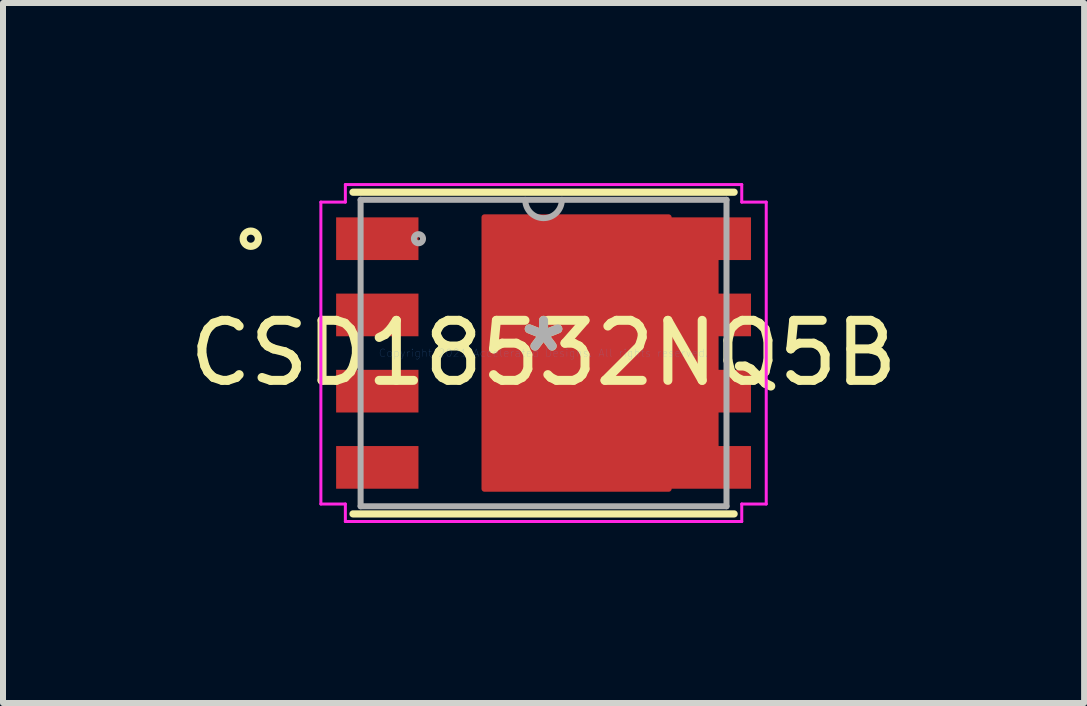
<source format=kicad_pcb>
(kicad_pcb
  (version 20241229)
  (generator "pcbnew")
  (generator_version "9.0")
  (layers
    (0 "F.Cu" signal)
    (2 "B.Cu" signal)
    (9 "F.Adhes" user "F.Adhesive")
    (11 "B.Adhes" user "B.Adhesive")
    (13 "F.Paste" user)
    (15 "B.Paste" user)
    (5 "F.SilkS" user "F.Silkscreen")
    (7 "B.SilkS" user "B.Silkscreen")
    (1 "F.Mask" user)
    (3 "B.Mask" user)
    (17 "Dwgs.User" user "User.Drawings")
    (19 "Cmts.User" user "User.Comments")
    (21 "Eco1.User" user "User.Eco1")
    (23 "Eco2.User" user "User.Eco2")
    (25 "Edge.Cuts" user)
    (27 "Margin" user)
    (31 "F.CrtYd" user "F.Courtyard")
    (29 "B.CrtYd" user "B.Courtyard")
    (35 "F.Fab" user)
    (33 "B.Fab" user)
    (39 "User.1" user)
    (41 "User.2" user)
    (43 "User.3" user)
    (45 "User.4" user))
  (footprint "CSD18532NQ5B"
    (layer "F.Cu")
    (at 6.006 2.832)
    (property "Reference" "CSD18532NQ5B" (at 0 0 0) (layer "F.SilkS") (effects (font (size 1 1) (thickness 0.15))))
    (attr through_hole)
    (fp_poly (pts (xy -0.984 -2.261) (xy 2.084 -2.261) (xy 2.084 -1.549) (xy 2.866 -1.549) (xy 2.866 -0.991) (xy 2.084 -0.991) (xy 2.084 -0.279) (xy 2.866 -0.279) (xy 2.866 0.279) (xy 2.084 0.279) (xy 2.084 0.991) (xy 2.866 0.991) (xy 2.866 1.549) (xy 2.084 1.549) (xy 2.084 2.261) (xy -0.984 2.261)) (stroke (width 0.1) (type solid)) (fill yes) (layer "F.Cu"))
    (fp_poly (pts (xy -0.984 -2.261) (xy 2.084 -2.261) (xy 2.084 -1.549) (xy 2.866 -1.549) (xy 2.866 -0.991) (xy 2.084 -0.991) (xy 2.084 -0.279) (xy 2.866 -0.279) (xy 2.866 0.279) (xy 2.084 0.279) (xy 2.084 0.991) (xy 2.866 0.991) (xy 2.866 1.549) (xy 2.084 1.549) (xy 2.084 2.261) (xy -0.984 2.261)) (stroke (width 0.1) (type solid)) (fill yes) (layer "F.Mask"))
    (fp_line (start -3.175 2.68) (end 3.175 2.68) (stroke (width 0.12) (type solid)) (layer "F.SilkS"))
    (fp_line (start 3.175 -2.68) (end -3.175 -2.68) (stroke (width 0.12) (type solid)) (layer "F.SilkS"))
    (fp_circle (center -4.878 -1.905) (end -4.751 -1.905) (stroke (width 0.12) (type solid)) (fill no) (layer "F.SilkS"))
    (fp_arc (start 0.508 -2.5527) (mid 0 -2.0447) (end -0.508 -2.5527) (stroke (width 0.1) (type solid)) (layer "F.Paste"))
    (fp_circle (center -4.192 -1.905) (end -4.192 -1.905) (stroke (width 0.1) (type solid)) (fill no) (layer "F.Paste"))
    (fp_poly (pts (xy -0.984 -2.261) (xy 2.084 -2.261) (xy 2.084 -1.549) (xy 2.866 -1.549) (xy 2.866 -0.991) (xy 2.084 -0.991) (xy 2.084 -0.279) (xy 2.866 -0.279) (xy 2.866 0.279) (xy 2.084 0.279) (xy 2.084 0.991) (xy 2.866 0.991) (xy 2.866 1.549) (xy 2.084 1.549) (xy 2.084 2.261) (xy -0.984 2.261)) (stroke (width 0.1) (type solid)) (fill yes) (layer "F.Paste"))
    (fp_line (start -3.71 -2.515) (end -3.302 -2.515) (stroke (width 0.05) (type solid)) (layer "F.CrtYd"))
    (fp_line (start -3.71 2.515) (end -3.71 -2.515) (stroke (width 0.05) (type solid)) (layer "F.CrtYd"))
    (fp_line (start -3.302 -2.807) (end 3.302 -2.807) (stroke (width 0.05) (type solid)) (layer "F.CrtYd"))
    (fp_line (start -3.302 -2.515) (end -3.302 -2.807) (stroke (width 0.05) (type solid)) (layer "F.CrtYd"))
    (fp_line (start -3.302 2.515) (end -3.71 2.515) (stroke (width 0.05) (type solid)) (layer "F.CrtYd"))
    (fp_line (start -3.302 2.807) (end -3.302 2.515) (stroke (width 0.05) (type solid)) (layer "F.CrtYd"))
    (fp_line (start 3.302 -2.807) (end 3.302 -2.515) (stroke (width 0.05) (type solid)) (layer "F.CrtYd"))
    (fp_line (start 3.302 -2.515) (end 3.71 -2.515) (stroke (width 0.05) (type solid)) (layer "F.CrtYd"))
    (fp_line (start 3.302 2.515) (end 3.302 2.807) (stroke (width 0.05) (type solid)) (layer "F.CrtYd"))
    (fp_line (start 3.302 2.807) (end -3.302 2.807) (stroke (width 0.05) (type solid)) (layer "F.CrtYd"))
    (fp_line (start 3.71 -2.515) (end 3.71 2.515) (stroke (width 0.05) (type solid)) (layer "F.CrtYd"))
    (fp_line (start 3.71 2.515) (end 3.302 2.515) (stroke (width 0.05) (type solid)) (layer "F.CrtYd"))
    (fp_line (start -3.048 -2.553) (end -3.048 2.553) (stroke (width 0.1) (type solid)) (layer "F.Fab"))
    (fp_line (start -3.048 2.553) (end 3.048 2.553) (stroke (width 0.1) (type solid)) (layer "F.Fab"))
    (fp_line (start 3.048 -2.553) (end -3.048 -2.553) (stroke (width 0.1) (type solid)) (layer "F.Fab"))
    (fp_line (start 3.048 2.553) (end 3.048 -2.553) (stroke (width 0.1) (type solid)) (layer "F.Fab"))
    (fp_arc (start 0.3048 -2.5527) (mid 0 -2.2479) (end -0.3048 -2.5527) (stroke (width 0.1) (type solid)) (layer "F.Fab"))
    (fp_circle (center -2.084 -1.905) (end -2.008 -1.905) (stroke (width 0.1) (type solid)) (fill no) (layer "F.Fab"))
    (fp_text user "*" (at 0 0 0) (layer "F.SilkS") (effects (font (size 1 1) (thickness 0.15))))
    (fp_text user "Copyright 2021 Accelerated Designs. All rights reserved." (at 0 0 0) (layer "Cmts.User") (effects (font (size 0.127 0.127) (thickness 0.002))))
    (fp_text user "*" (at 0 0 0) (layer "F.Fab") (effects (font (size 1 1) (thickness 0.15))))
    (pad "1" smd rect (at -2.77 -1.905) (size 1.372 0.711) (layers "F.Cu" "F.Mask" "F.Paste"))
    (pad "2" smd rect (at -2.77 -0.635) (size 1.372 0.711) (layers "F.Cu" "F.Mask" "F.Paste"))
    (pad "3" smd rect (at -2.77 0.635) (size 1.372 0.711) (layers "F.Cu" "F.Mask" "F.Paste"))
    (pad "4" smd rect (at -2.77 1.905) (size 1.372 0.711) (layers "F.Cu" "F.Mask" "F.Paste"))
    (pad "5" smd rect (at 2.77 1.905) (size 1.372 0.711) (layers "F.Cu" "F.Mask" "F.Paste"))
    (pad "6" smd rect (at 2.77 0.635) (size 1.372 0.711) (layers "F.Cu" "F.Mask" "F.Paste"))
    (pad "7" smd rect (at 2.77 -0.635) (size 1.372 0.711) (layers "F.Cu" "F.Mask" "F.Paste"))
    (pad "8" smd rect (at 2.77 -1.905) (size 1.372 0.711) (layers "F.Cu" "F.Mask" "F.Paste")))
  (gr_rect
    (start -3 -3)
    (end 15.012 8.663)
    (stroke (width 0.1) (type default))
    (fill no)
    (layer "Edge.Cuts")))
</source>
